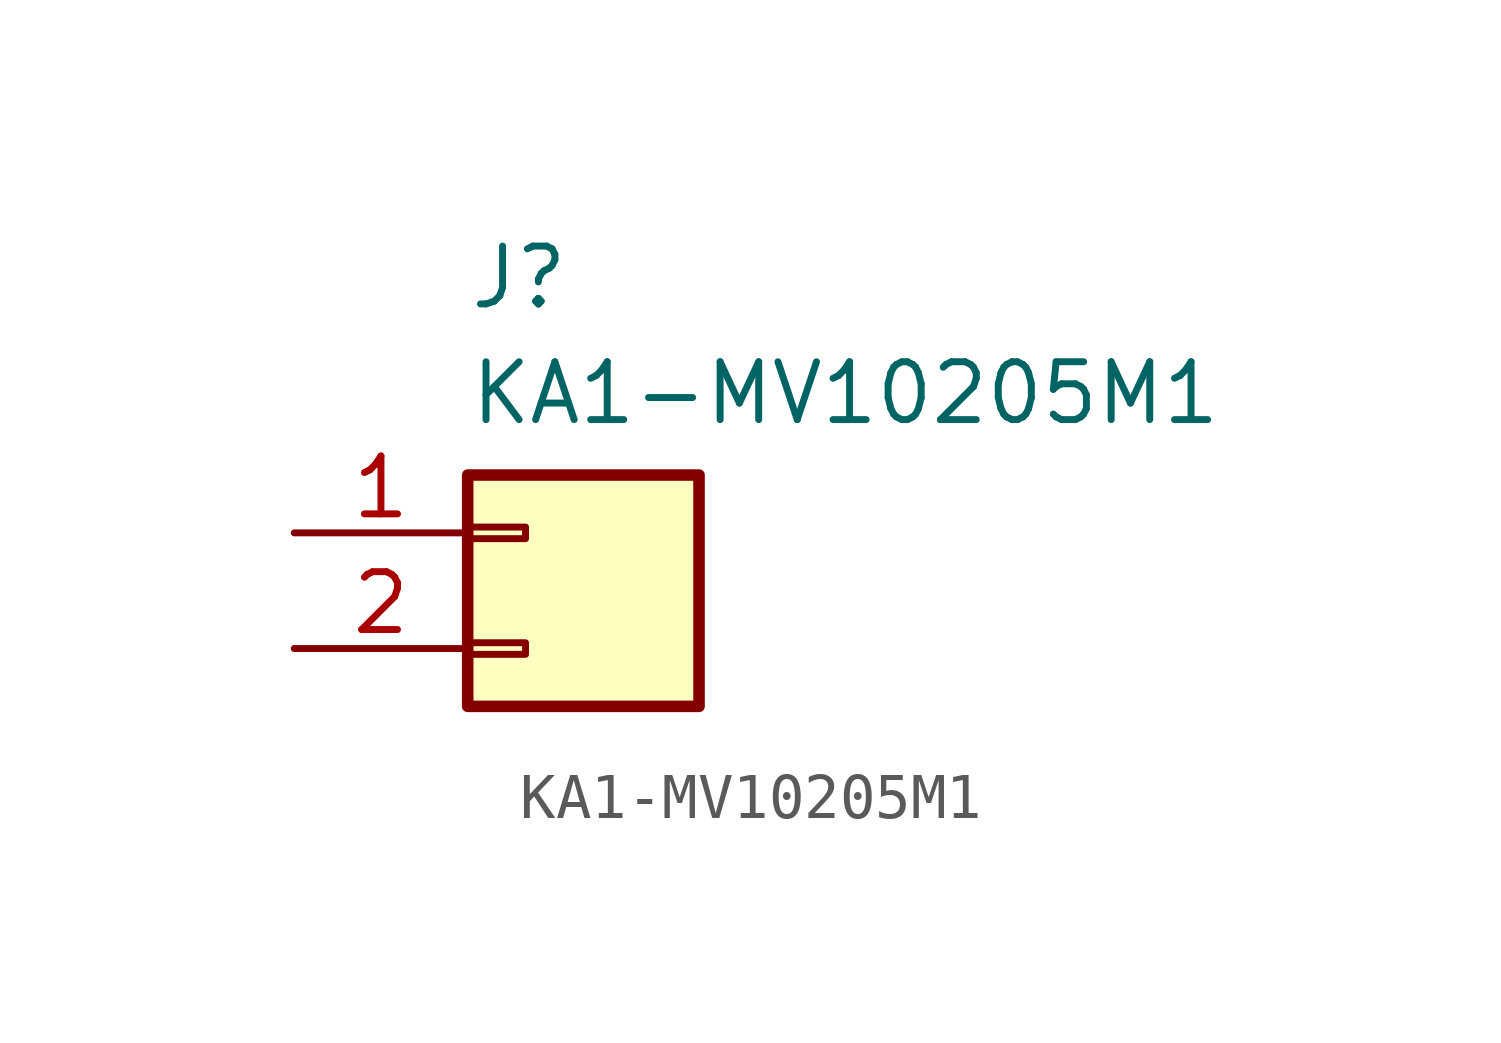
<source format=kicad_sym>
(kicad_symbol_lib
  (version 20220914)
  (generator kicad_symbol_editor)
  (symbol "KA1-MV10205M1"
    (property "Reference" "J"
      (at -2.54 7.62 0)
      (effects (font (size 1.27 1.27)) (justify left top)))
    (property "Value" "KA1-MV10205M1"
      (at -2.54 5.08 0)
      (effects (font (size 1.27 1.27)) (justify left top)))
    (symbol "KA1-MV10205M1_1_1"
      (rectangle (start -2.54 -2.54) (end 2.54 2.54) (stroke (width 0.254) (type default)) (fill (type background)))
      (rectangle (start -1.27 -1.397) (end -2.54 -1.143) (stroke (width 0.152) (type default)) (fill (type none)))
      (rectangle (start -1.27 1.143) (end -2.54 1.397) (stroke (width 0.152) (type default)) (fill (type none)))
      (pin passive line (at -6.35 1.27 0) (length 3.81) (name "" (effects (font (size 1.27 1.27)))) (number "1" (effects (font (size 1.27 1.27)))))
      (pin passive line (at -6.35 -1.27 0) (length 3.81) (name "" (effects (font (size 1.27 1.27)))) (number "2" (effects (font (size 1.27 1.27))))))))
</source>
